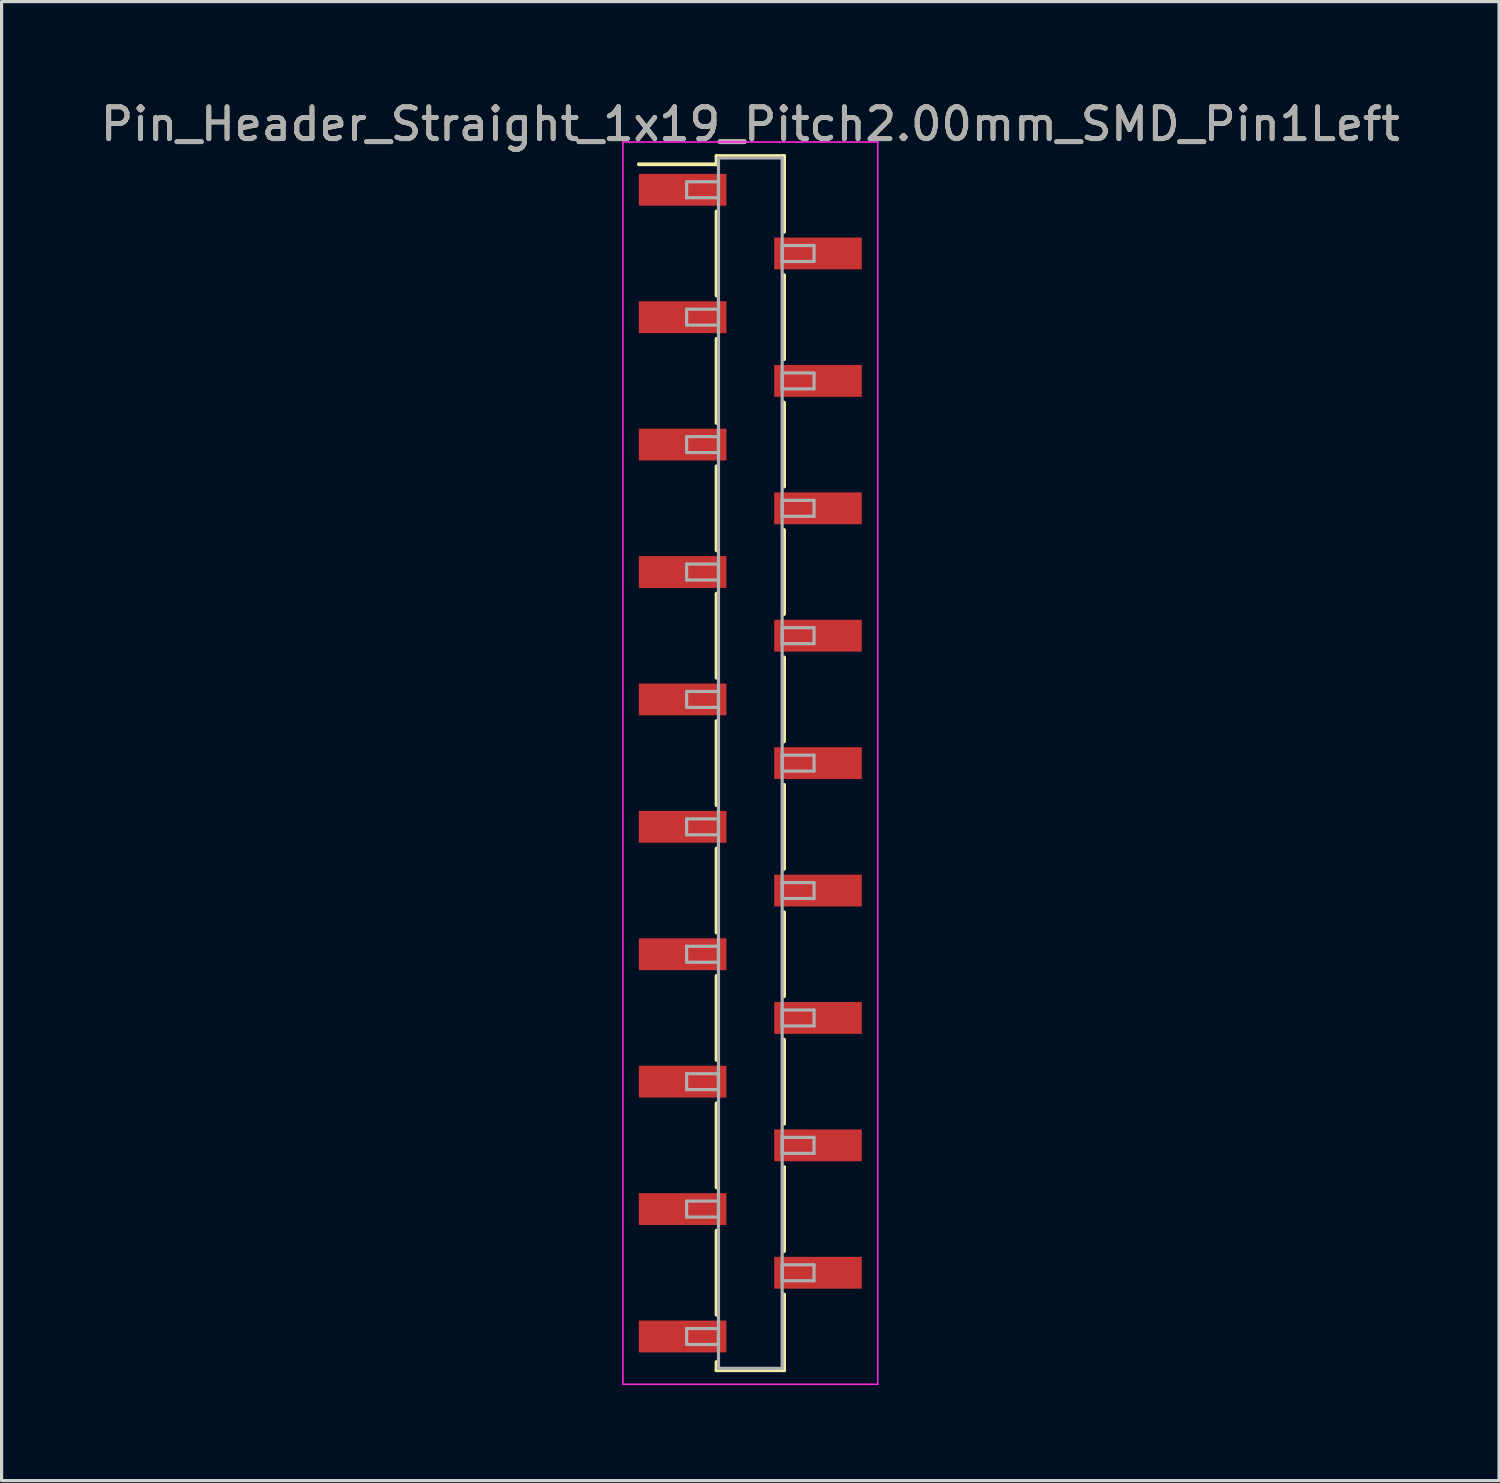
<source format=kicad_pcb>
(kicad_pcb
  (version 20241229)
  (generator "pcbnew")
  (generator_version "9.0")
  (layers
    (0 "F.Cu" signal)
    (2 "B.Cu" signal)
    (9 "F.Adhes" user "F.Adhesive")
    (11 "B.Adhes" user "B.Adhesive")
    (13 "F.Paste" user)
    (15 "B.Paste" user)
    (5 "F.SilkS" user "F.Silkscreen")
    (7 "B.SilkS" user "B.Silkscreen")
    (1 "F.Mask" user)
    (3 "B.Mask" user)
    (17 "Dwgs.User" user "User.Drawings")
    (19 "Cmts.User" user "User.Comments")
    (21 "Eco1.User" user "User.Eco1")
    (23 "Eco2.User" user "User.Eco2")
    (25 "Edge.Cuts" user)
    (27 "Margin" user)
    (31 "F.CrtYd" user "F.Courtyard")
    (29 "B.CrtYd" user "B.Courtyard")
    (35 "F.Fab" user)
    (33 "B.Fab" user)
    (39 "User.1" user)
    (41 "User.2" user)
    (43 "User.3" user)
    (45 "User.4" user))
  (footprint "Pin_Header_Straight_1x19_Pitch2.00mm_SMD_Pin1Left"
    (layer "F.Cu")
    (at 20.506 20.908)
    (property "Reference" "Pin_Header_Straight_1x19_Pitch2.00mm_SMD_Pin1Left" (at 0 -20.06 0) (layer "F.SilkS") (effects (font (size 1 1) (thickness 0.15))))
    (attr smd)
    (fp_line (start -1.06 -19.06) (end 1.06 -19.06) (stroke (width 0.12) (type solid)) (layer "F.SilkS"))
    (fp_line (start -1.06 -18.8) (end -3.5 -18.8) (stroke (width 0.12) (type solid)) (layer "F.SilkS"))
    (fp_line (start -1.06 -18.8) (end -1.06 -19.06) (stroke (width 0.12) (type solid)) (layer "F.SilkS"))
    (fp_line (start -1.06 -17.32) (end -1.06 -14.68) (stroke (width 0.12) (type solid)) (layer "F.SilkS"))
    (fp_line (start -1.06 -13.32) (end -1.06 -10.68) (stroke (width 0.12) (type solid)) (layer "F.SilkS"))
    (fp_line (start -1.06 -9.32) (end -1.06 -6.68) (stroke (width 0.12) (type solid)) (layer "F.SilkS"))
    (fp_line (start -1.06 -5.32) (end -1.06 -2.68) (stroke (width 0.12) (type solid)) (layer "F.SilkS"))
    (fp_line (start -1.06 -1.32) (end -1.06 1.32) (stroke (width 0.12) (type solid)) (layer "F.SilkS"))
    (fp_line (start -1.06 2.68) (end -1.06 5.32) (stroke (width 0.12) (type solid)) (layer "F.SilkS"))
    (fp_line (start -1.06 6.68) (end -1.06 9.32) (stroke (width 0.12) (type solid)) (layer "F.SilkS"))
    (fp_line (start -1.06 10.68) (end -1.06 13.32) (stroke (width 0.12) (type solid)) (layer "F.SilkS"))
    (fp_line (start -1.06 14.68) (end -1.06 17.32) (stroke (width 0.12) (type solid)) (layer "F.SilkS"))
    (fp_line (start -1.06 18.8) (end -1.06 19.06) (stroke (width 0.12) (type solid)) (layer "F.SilkS"))
    (fp_line (start -1.06 19.06) (end 1.06 19.06) (stroke (width 0.12) (type solid)) (layer "F.SilkS"))
    (fp_line (start 1.06 -19.06) (end 1.06 -18.8) (stroke (width 0.12) (type solid)) (layer "F.SilkS"))
    (fp_line (start 1.06 -19.06) (end 1.06 -16.68) (stroke (width 0.12) (type solid)) (layer "F.SilkS"))
    (fp_line (start 1.06 -15.32) (end 1.06 -12.68) (stroke (width 0.12) (type solid)) (layer "F.SilkS"))
    (fp_line (start 1.06 -11.32) (end 1.06 -8.68) (stroke (width 0.12) (type solid)) (layer "F.SilkS"))
    (fp_line (start 1.06 -7.32) (end 1.06 -4.68) (stroke (width 0.12) (type solid)) (layer "F.SilkS"))
    (fp_line (start 1.06 -3.32) (end 1.06 -0.68) (stroke (width 0.12) (type solid)) (layer "F.SilkS"))
    (fp_line (start 1.06 0.68) (end 1.06 3.32) (stroke (width 0.12) (type solid)) (layer "F.SilkS"))
    (fp_line (start 1.06 4.68) (end 1.06 7.32) (stroke (width 0.12) (type solid)) (layer "F.SilkS"))
    (fp_line (start 1.06 8.68) (end 1.06 11.32) (stroke (width 0.12) (type solid)) (layer "F.SilkS"))
    (fp_line (start 1.06 12.68) (end 1.06 15.32) (stroke (width 0.12) (type solid)) (layer "F.SilkS"))
    (fp_line (start 1.06 16.68) (end 1.06 19.06) (stroke (width 0.12) (type solid)) (layer "F.SilkS"))
    (fp_line (start 1.06 19.06) (end 1.06 18.8) (stroke (width 0.12) (type solid)) (layer "F.SilkS"))
    (fp_line (start -4 -19.5) (end -4 19.5) (stroke (width 0.05) (type solid)) (layer "F.CrtYd"))
    (fp_line (start -4 19.5) (end 4 19.5) (stroke (width 0.05) (type solid)) (layer "F.CrtYd"))
    (fp_line (start 4 -19.5) (end -4 -19.5) (stroke (width 0.05) (type solid)) (layer "F.CrtYd"))
    (fp_line (start 4 19.5) (end 4 -19.5) (stroke (width 0.05) (type solid)) (layer "F.CrtYd"))
    (fp_line (start -2 -18.25) (end -1 -18.25) (stroke (width 0.1) (type solid)) (layer "F.Fab"))
    (fp_line (start -2 -17.75) (end -2 -18.25) (stroke (width 0.1) (type solid)) (layer "F.Fab"))
    (fp_line (start -2 -14.25) (end -1 -14.25) (stroke (width 0.1) (type solid)) (layer "F.Fab"))
    (fp_line (start -2 -13.75) (end -2 -14.25) (stroke (width 0.1) (type solid)) (layer "F.Fab"))
    (fp_line (start -2 -10.25) (end -1 -10.25) (stroke (width 0.1) (type solid)) (layer "F.Fab"))
    (fp_line (start -2 -9.75) (end -2 -10.25) (stroke (width 0.1) (type solid)) (layer "F.Fab"))
    (fp_line (start -2 -6.25) (end -1 -6.25) (stroke (width 0.1) (type solid)) (layer "F.Fab"))
    (fp_line (start -2 -5.75) (end -2 -6.25) (stroke (width 0.1) (type solid)) (layer "F.Fab"))
    (fp_line (start -2 -2.25) (end -1 -2.25) (stroke (width 0.1) (type solid)) (layer "F.Fab"))
    (fp_line (start -2 -1.75) (end -2 -2.25) (stroke (width 0.1) (type solid)) (layer "F.Fab"))
    (fp_line (start -2 1.75) (end -1 1.75) (stroke (width 0.1) (type solid)) (layer "F.Fab"))
    (fp_line (start -2 2.25) (end -2 1.75) (stroke (width 0.1) (type solid)) (layer "F.Fab"))
    (fp_line (start -2 5.75) (end -1 5.75) (stroke (width 0.1) (type solid)) (layer "F.Fab"))
    (fp_line (start -2 6.25) (end -2 5.75) (stroke (width 0.1) (type solid)) (layer "F.Fab"))
    (fp_line (start -2 9.75) (end -1 9.75) (stroke (width 0.1) (type solid)) (layer "F.Fab"))
    (fp_line (start -2 10.25) (end -2 9.75) (stroke (width 0.1) (type solid)) (layer "F.Fab"))
    (fp_line (start -2 13.75) (end -1 13.75) (stroke (width 0.1) (type solid)) (layer "F.Fab"))
    (fp_line (start -2 14.25) (end -2 13.75) (stroke (width 0.1) (type solid)) (layer "F.Fab"))
    (fp_line (start -2 17.75) (end -1 17.75) (stroke (width 0.1) (type solid)) (layer "F.Fab"))
    (fp_line (start -2 18.25) (end -2 17.75) (stroke (width 0.1) (type solid)) (layer "F.Fab"))
    (fp_line (start -1 -19) (end -1 19) (stroke (width 0.1) (type solid)) (layer "F.Fab"))
    (fp_line (start -1 -18.25) (end -1 -17.75) (stroke (width 0.1) (type solid)) (layer "F.Fab"))
    (fp_line (start -1 -17.75) (end -2 -17.75) (stroke (width 0.1) (type solid)) (layer "F.Fab"))
    (fp_line (start -1 -14.25) (end -1 -13.75) (stroke (width 0.1) (type solid)) (layer "F.Fab"))
    (fp_line (start -1 -13.75) (end -2 -13.75) (stroke (width 0.1) (type solid)) (layer "F.Fab"))
    (fp_line (start -1 -10.25) (end -1 -9.75) (stroke (width 0.1) (type solid)) (layer "F.Fab"))
    (fp_line (start -1 -9.75) (end -2 -9.75) (stroke (width 0.1) (type solid)) (layer "F.Fab"))
    (fp_line (start -1 -6.25) (end -1 -5.75) (stroke (width 0.1) (type solid)) (layer "F.Fab"))
    (fp_line (start -1 -5.75) (end -2 -5.75) (stroke (width 0.1) (type solid)) (layer "F.Fab"))
    (fp_line (start -1 -2.25) (end -1 -1.75) (stroke (width 0.1) (type solid)) (layer "F.Fab"))
    (fp_line (start -1 -1.75) (end -2 -1.75) (stroke (width 0.1) (type solid)) (layer "F.Fab"))
    (fp_line (start -1 1.75) (end -1 2.25) (stroke (width 0.1) (type solid)) (layer "F.Fab"))
    (fp_line (start -1 2.25) (end -2 2.25) (stroke (width 0.1) (type solid)) (layer "F.Fab"))
    (fp_line (start -1 5.75) (end -1 6.25) (stroke (width 0.1) (type solid)) (layer "F.Fab"))
    (fp_line (start -1 6.25) (end -2 6.25) (stroke (width 0.1) (type solid)) (layer "F.Fab"))
    (fp_line (start -1 9.75) (end -1 10.25) (stroke (width 0.1) (type solid)) (layer "F.Fab"))
    (fp_line (start -1 10.25) (end -2 10.25) (stroke (width 0.1) (type solid)) (layer "F.Fab"))
    (fp_line (start -1 13.75) (end -1 14.25) (stroke (width 0.1) (type solid)) (layer "F.Fab"))
    (fp_line (start -1 14.25) (end -2 14.25) (stroke (width 0.1) (type solid)) (layer "F.Fab"))
    (fp_line (start -1 17.75) (end -1 18.25) (stroke (width 0.1) (type solid)) (layer "F.Fab"))
    (fp_line (start -1 18.25) (end -2 18.25) (stroke (width 0.1) (type solid)) (layer "F.Fab"))
    (fp_line (start -1 19) (end 1 19) (stroke (width 0.1) (type solid)) (layer "F.Fab"))
    (fp_line (start 1 -19) (end -1 -19) (stroke (width 0.1) (type solid)) (layer "F.Fab"))
    (fp_line (start 1 -16.25) (end 1 -15.75) (stroke (width 0.1) (type solid)) (layer "F.Fab"))
    (fp_line (start 1 -15.75) (end 2 -15.75) (stroke (width 0.1) (type solid)) (layer "F.Fab"))
    (fp_line (start 1 -12.25) (end 1 -11.75) (stroke (width 0.1) (type solid)) (layer "F.Fab"))
    (fp_line (start 1 -11.75) (end 2 -11.75) (stroke (width 0.1) (type solid)) (layer "F.Fab"))
    (fp_line (start 1 -8.25) (end 1 -7.75) (stroke (width 0.1) (type solid)) (layer "F.Fab"))
    (fp_line (start 1 -7.75) (end 2 -7.75) (stroke (width 0.1) (type solid)) (layer "F.Fab"))
    (fp_line (start 1 -4.25) (end 1 -3.75) (stroke (width 0.1) (type solid)) (layer "F.Fab"))
    (fp_line (start 1 -3.75) (end 2 -3.75) (stroke (width 0.1) (type solid)) (layer "F.Fab"))
    (fp_line (start 1 -0.25) (end 1 0.25) (stroke (width 0.1) (type solid)) (layer "F.Fab"))
    (fp_line (start 1 0.25) (end 2 0.25) (stroke (width 0.1) (type solid)) (layer "F.Fab"))
    (fp_line (start 1 3.75) (end 1 4.25) (stroke (width 0.1) (type solid)) (layer "F.Fab"))
    (fp_line (start 1 4.25) (end 2 4.25) (stroke (width 0.1) (type solid)) (layer "F.Fab"))
    (fp_line (start 1 7.75) (end 1 8.25) (stroke (width 0.1) (type solid)) (layer "F.Fab"))
    (fp_line (start 1 8.25) (end 2 8.25) (stroke (width 0.1) (type solid)) (layer "F.Fab"))
    (fp_line (start 1 11.75) (end 1 12.25) (stroke (width 0.1) (type solid)) (layer "F.Fab"))
    (fp_line (start 1 12.25) (end 2 12.25) (stroke (width 0.1) (type solid)) (layer "F.Fab"))
    (fp_line (start 1 15.75) (end 1 16.25) (stroke (width 0.1) (type solid)) (layer "F.Fab"))
    (fp_line (start 1 16.25) (end 2 16.25) (stroke (width 0.1) (type solid)) (layer "F.Fab"))
    (fp_line (start 1 19) (end 1 -19) (stroke (width 0.1) (type solid)) (layer "F.Fab"))
    (fp_line (start 2 -16.25) (end 1 -16.25) (stroke (width 0.1) (type solid)) (layer "F.Fab"))
    (fp_line (start 2 -15.75) (end 2 -16.25) (stroke (width 0.1) (type solid)) (layer "F.Fab"))
    (fp_line (start 2 -12.25) (end 1 -12.25) (stroke (width 0.1) (type solid)) (layer "F.Fab"))
    (fp_line (start 2 -11.75) (end 2 -12.25) (stroke (width 0.1) (type solid)) (layer "F.Fab"))
    (fp_line (start 2 -8.25) (end 1 -8.25) (stroke (width 0.1) (type solid)) (layer "F.Fab"))
    (fp_line (start 2 -7.75) (end 2 -8.25) (stroke (width 0.1) (type solid)) (layer "F.Fab"))
    (fp_line (start 2 -4.25) (end 1 -4.25) (stroke (width 0.1) (type solid)) (layer "F.Fab"))
    (fp_line (start 2 -3.75) (end 2 -4.25) (stroke (width 0.1) (type solid)) (layer "F.Fab"))
    (fp_line (start 2 -0.25) (end 1 -0.25) (stroke (width 0.1) (type solid)) (layer "F.Fab"))
    (fp_line (start 2 0.25) (end 2 -0.25) (stroke (width 0.1) (type solid)) (layer "F.Fab"))
    (fp_line (start 2 3.75) (end 1 3.75) (stroke (width 0.1) (type solid)) (layer "F.Fab"))
    (fp_line (start 2 4.25) (end 2 3.75) (stroke (width 0.1) (type solid)) (layer "F.Fab"))
    (fp_line (start 2 7.75) (end 1 7.75) (stroke (width 0.1) (type solid)) (layer "F.Fab"))
    (fp_line (start 2 8.25) (end 2 7.75) (stroke (width 0.1) (type solid)) (layer "F.Fab"))
    (fp_line (start 2 11.75) (end 1 11.75) (stroke (width 0.1) (type solid)) (layer "F.Fab"))
    (fp_line (start 2 12.25) (end 2 11.75) (stroke (width 0.1) (type solid)) (layer "F.Fab"))
    (fp_line (start 2 15.75) (end 1 15.75) (stroke (width 0.1) (type solid)) (layer "F.Fab"))
    (fp_line (start 2 16.25) (end 2 15.75) (stroke (width 0.1) (type solid)) (layer "F.Fab"))
    (fp_text user "${REFERENCE}" (at 0 -20.06 0) (layer "F.Fab") (effects (font (size 1 1) (thickness 0.15))))
    (pad "1" smd rect (at -2.125 -18) (size 2.75 1) (layers "F.Cu" "F.Mask" "F.Paste"))
    (pad "2" smd rect (at 2.125 -16) (size 2.75 1) (layers "F.Cu" "F.Mask" "F.Paste"))
    (pad "3" smd rect (at -2.125 -14) (size 2.75 1) (layers "F.Cu" "F.Mask" "F.Paste"))
    (pad "4" smd rect (at 2.125 -12) (size 2.75 1) (layers "F.Cu" "F.Mask" "F.Paste"))
    (pad "5" smd rect (at -2.125 -10) (size 2.75 1) (layers "F.Cu" "F.Mask" "F.Paste"))
    (pad "6" smd rect (at 2.125 -8) (size 2.75 1) (layers "F.Cu" "F.Mask" "F.Paste"))
    (pad "7" smd rect (at -2.125 -6) (size 2.75 1) (layers "F.Cu" "F.Mask" "F.Paste"))
    (pad "8" smd rect (at 2.125 -4) (size 2.75 1) (layers "F.Cu" "F.Mask" "F.Paste"))
    (pad "9" smd rect (at -2.125 -2) (size 2.75 1) (layers "F.Cu" "F.Mask" "F.Paste"))
    (pad "10" smd rect (at 2.125 0) (size 2.75 1) (layers "F.Cu" "F.Mask" "F.Paste"))
    (pad "11" smd rect (at -2.125 2) (size 2.75 1) (layers "F.Cu" "F.Mask" "F.Paste"))
    (pad "12" smd rect (at 2.125 4) (size 2.75 1) (layers "F.Cu" "F.Mask" "F.Paste"))
    (pad "13" smd rect (at -2.125 6) (size 2.75 1) (layers "F.Cu" "F.Mask" "F.Paste"))
    (pad "14" smd rect (at 2.125 8) (size 2.75 1) (layers "F.Cu" "F.Mask" "F.Paste"))
    (pad "15" smd rect (at -2.125 10) (size 2.75 1) (layers "F.Cu" "F.Mask" "F.Paste"))
    (pad "16" smd rect (at 2.125 12) (size 2.75 1) (layers "F.Cu" "F.Mask" "F.Paste"))
    (pad "17" smd rect (at -2.125 14) (size 2.75 1) (layers "F.Cu" "F.Mask" "F.Paste"))
    (pad "18" smd rect (at 2.125 16) (size 2.75 1) (layers "F.Cu" "F.Mask" "F.Paste"))
    (pad "19" smd rect (at -2.125 18) (size 2.75 1) (layers "F.Cu" "F.Mask" "F.Paste")))
  (gr_rect
    (start -3 -3)
    (end 44.012 43.433)
    (stroke (width 0.1) (type default))
    (fill no)
    (layer "Edge.Cuts")))
</source>
